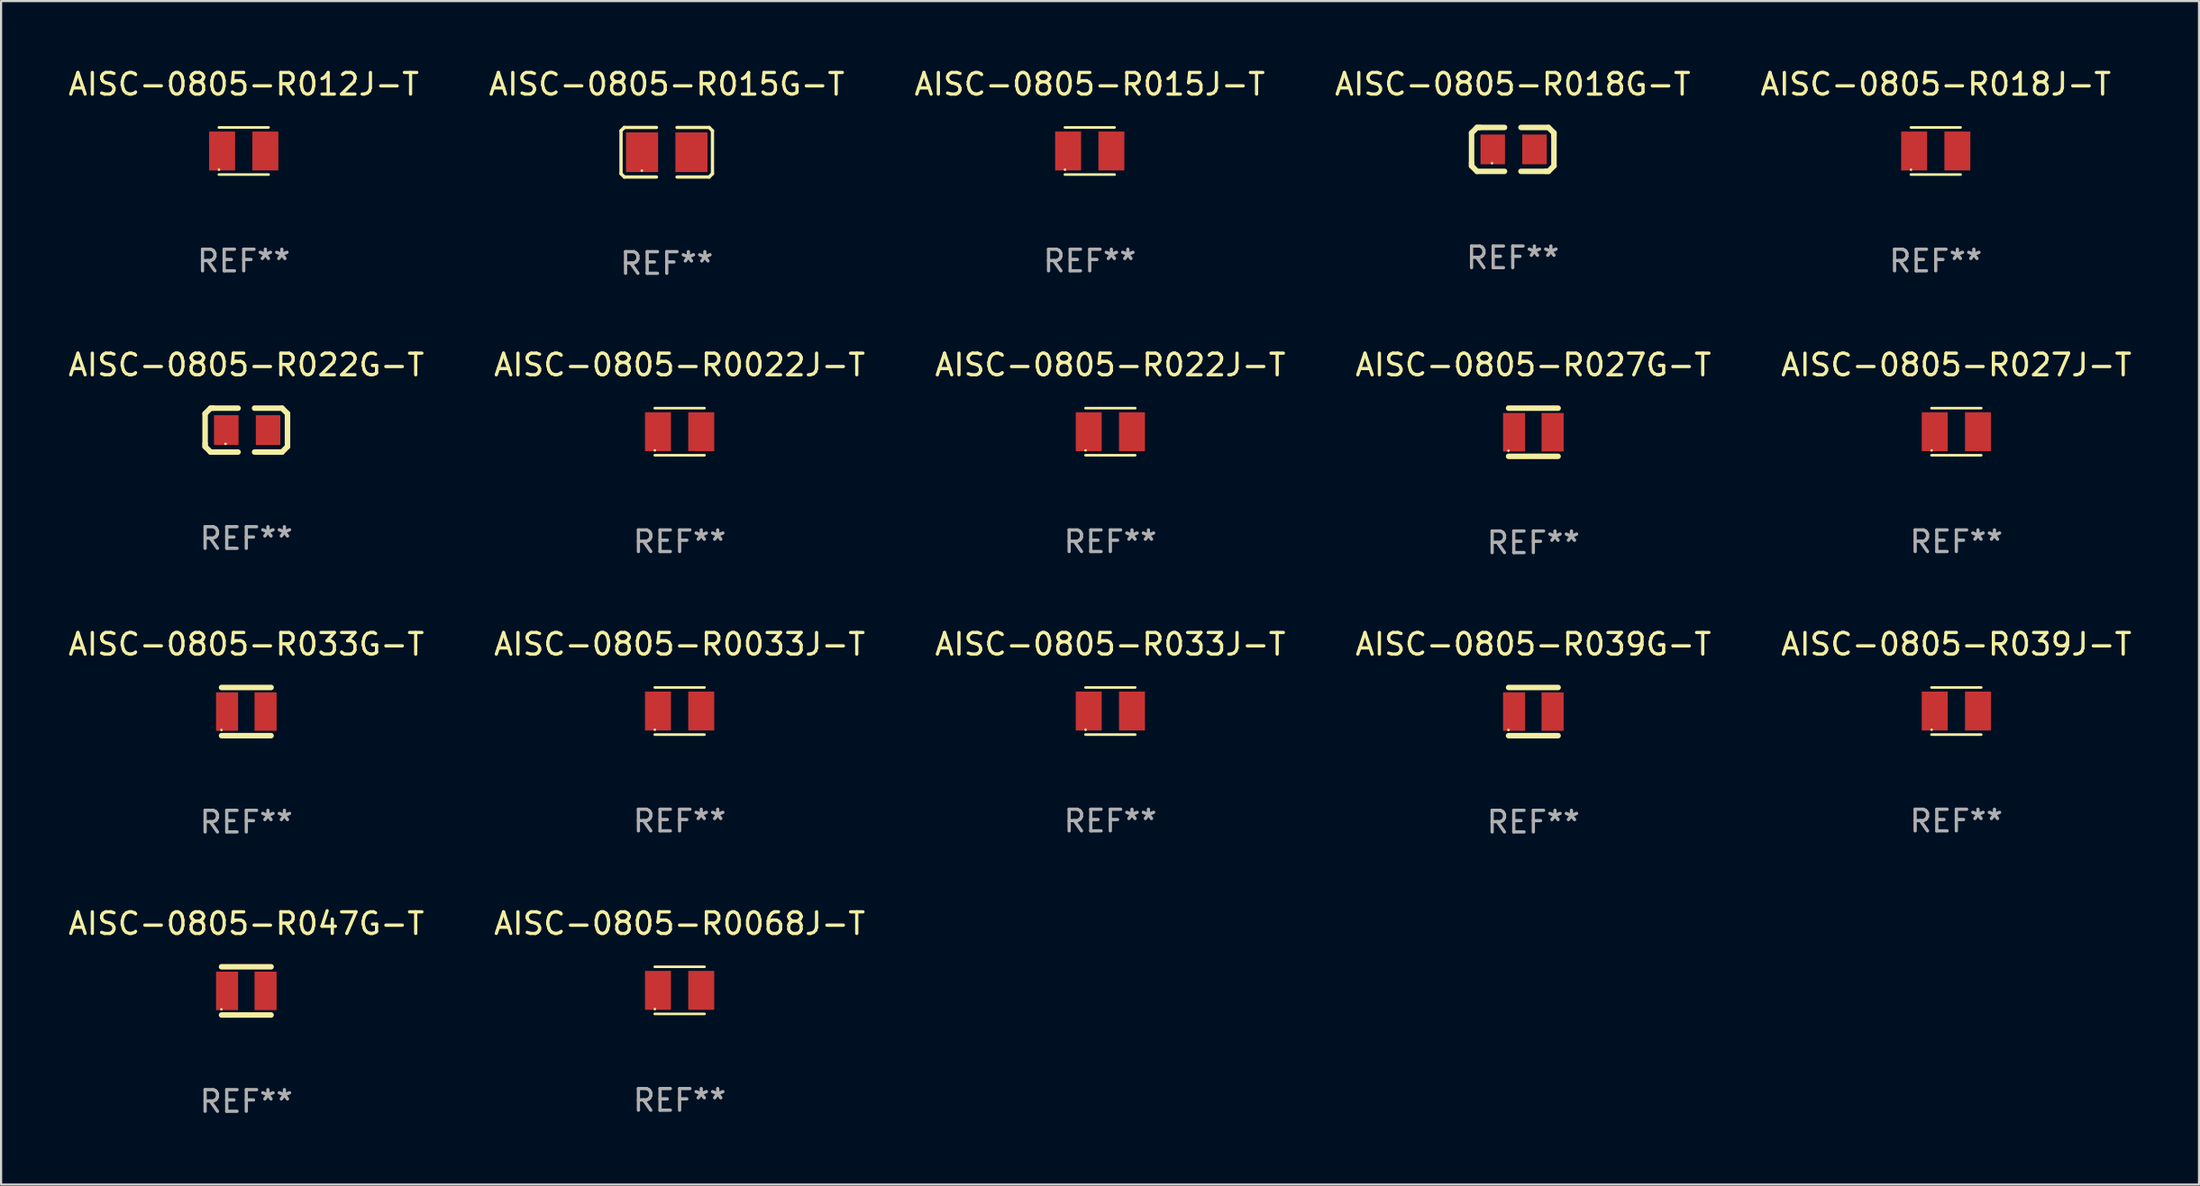
<source format=kicad_pcb>
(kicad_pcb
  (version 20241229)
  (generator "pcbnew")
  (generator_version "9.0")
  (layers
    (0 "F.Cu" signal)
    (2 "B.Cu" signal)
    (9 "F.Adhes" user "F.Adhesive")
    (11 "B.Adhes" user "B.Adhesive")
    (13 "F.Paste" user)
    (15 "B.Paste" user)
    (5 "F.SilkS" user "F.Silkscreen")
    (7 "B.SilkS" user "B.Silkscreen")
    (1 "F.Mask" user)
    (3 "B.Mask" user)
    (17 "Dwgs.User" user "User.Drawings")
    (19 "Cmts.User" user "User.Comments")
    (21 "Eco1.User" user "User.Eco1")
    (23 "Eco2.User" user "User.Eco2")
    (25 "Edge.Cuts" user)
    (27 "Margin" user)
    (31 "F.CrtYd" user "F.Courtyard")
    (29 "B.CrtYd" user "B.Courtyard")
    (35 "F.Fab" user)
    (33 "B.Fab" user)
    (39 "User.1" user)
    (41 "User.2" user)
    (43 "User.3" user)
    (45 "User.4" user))
  (footprint "AISC-0805-R027G-T"
    (layer "F.Cu")
    (at 67.851 16.953)
    (property "Reference" "AISC-0805-R027G-T" (at 0 -3.115 0) (layer "F.SilkS") (effects (font (size 1 1) (thickness 0.15))))
    (attr through_hole)
    (fp_line (start -1.145 -1.115) (end 1.145 -1.115) (stroke (width 0.254) (type solid)) (layer "F.SilkS"))
    (fp_line (start -1.145 1.115) (end 1.145 1.115) (stroke (width 0.254) (type solid)) (layer "F.SilkS"))
    (fp_circle (center -1.15 0.85) (end -1.12 0.85) (stroke (width 0.06) (type solid)) (fill no) (layer "F.SilkS"))
    (fp_text user "REF**" (at 0 5.115 0) (layer "F.Fab") (effects (font (size 1 1) (thickness 0.15))))
    (pad "1" smd rect (at -0.89 0 90) (size 1.78 1.02) (layers "F.Cu" "F.Mask" "F.Paste"))
    (pad "2" smd rect (at 0.89 0 90) (size 1.78 1.02) (layers "F.Cu" "F.Mask" "F.Paste")))
  (footprint "AISC-0805-R047G-T"
    (layer "F.Cu")
    (at 8.339 42.806)
    (property "Reference" "AISC-0805-R047G-T" (at 0 -3.115 0) (layer "F.SilkS") (effects (font (size 1 1) (thickness 0.15))))
    (attr through_hole)
    (fp_line (start -1.145 -1.115) (end 1.145 -1.115) (stroke (width 0.254) (type solid)) (layer "F.SilkS"))
    (fp_line (start -1.145 1.115) (end 1.145 1.115) (stroke (width 0.254) (type solid)) (layer "F.SilkS"))
    (fp_circle (center -1.15 0.85) (end -1.12 0.85) (stroke (width 0.06) (type solid)) (fill no) (layer "F.SilkS"))
    (fp_text user "REF**" (at 0 5.115 0) (layer "F.Fab") (effects (font (size 1 1) (thickness 0.15))))
    (pad "1" smd rect (at -0.89 0 90) (size 1.78 1.02) (layers "F.Cu" "F.Mask" "F.Paste"))
    (pad "2" smd rect (at 0.89 0 90) (size 1.78 1.02) (layers "F.Cu" "F.Mask" "F.Paste")))
  (footprint "AISC-0805-R022G-T"
    (layer "F.Cu")
    (at 8.339 16.854)
    (property "Reference" "AISC-0805-R022G-T" (at 0 -3.016 0) (layer "F.SilkS") (effects (font (size 1 1) (thickness 0.15))))
    (attr through_hole)
    (fp_line (start -1.905 -0.762) (end -1.905 0.635) (stroke (width 0.254) (type solid)) (layer "F.SilkS"))
    (fp_line (start -1.905 0.635) (end -1.905 0.762) (stroke (width 0.254) (type solid)) (layer "F.SilkS"))
    (fp_line (start -1.905 0.762) (end -1.651 1.016) (stroke (width 0.254) (type solid)) (layer "F.SilkS"))
    (fp_line (start -1.651 -1.016) (end -1.905 -0.762) (stroke (width 0.254) (type solid)) (layer "F.SilkS"))
    (fp_line (start -1.651 1.016) (end -0.381 1.016) (stroke (width 0.254) (type solid)) (layer "F.SilkS"))
    (fp_line (start -1.524 -1.016) (end -1.651 -1.016) (stroke (width 0.254) (type solid)) (layer "F.SilkS"))
    (fp_line (start -0.381 -1.016) (end -1.524 -1.016) (stroke (width 0.254) (type solid)) (layer "F.SilkS"))
    (fp_line (start 0.381 1.016) (end 1.524 1.016) (stroke (width 0.254) (type solid)) (layer "F.SilkS"))
    (fp_line (start 1.524 1.016) (end 1.651 1.016) (stroke (width 0.254) (type solid)) (layer "F.SilkS"))
    (fp_line (start 1.651 -1.016) (end 0.381 -1.016) (stroke (width 0.254) (type solid)) (layer "F.SilkS"))
    (fp_line (start 1.651 1.016) (end 1.905 0.762) (stroke (width 0.254) (type solid)) (layer "F.SilkS"))
    (fp_line (start 1.905 -0.762) (end 1.651 -1.016) (stroke (width 0.254) (type solid)) (layer "F.SilkS"))
    (fp_line (start 1.905 -0.635) (end 1.905 -0.762) (stroke (width 0.254) (type solid)) (layer "F.SilkS"))
    (fp_line (start 1.905 0.762) (end 1.905 -0.635) (stroke (width 0.254) (type solid)) (layer "F.SilkS"))
    (fp_circle (center -0.96 0.637) (end -0.93 0.637) (stroke (width 0.06) (type solid)) (fill no) (layer "F.SilkS"))
    (fp_text user "REF**" (at 0 5.016 0) (layer "F.Fab") (effects (font (size 1 1) (thickness 0.15))))
    (pad "1" smd rect (at -0.926 -0.000051) (size 1.133 1.377) (layers "F.Cu" "F.Mask" "F.Paste"))
    (pad "2" smd rect (at 1.006 -0.000051) (size 1.133 1.377) (layers "F.Cu" "F.Mask" "F.Paste")))
  (footprint "AISC-0805-R039J-T"
    (layer "F.Cu")
    (at 87.411 29.855)
    (property "Reference" "AISC-0805-R039J-T" (at 0 -3.09 0) (layer "F.SilkS") (effects (font (size 1 1) (thickness 0.15))))
    (attr through_hole)
    (fp_line (start -1.15 1.09) (end 1.15 1.09) (stroke (width 0.12) (type solid)) (layer "F.SilkS"))
    (fp_line (start 1.15 -1.09) (end -1.15 -1.09) (stroke (width 0.12) (type solid)) (layer "F.SilkS"))
    (fp_circle (center -1.145 0.865) (end -1.115 0.865) (stroke (width 0.06) (type solid)) (fill no) (layer "F.SilkS"))
    (fp_text user "REF**" (at 0 5.09 0) (layer "F.Fab") (effects (font (size 1 1) (thickness 0.15))))
    (pad "1" smd rect (at -1 0 90) (size 1.8 1.2) (layers "F.Cu" "F.Mask" "F.Paste"))
    (pad "2" smd rect (at 1 0 90) (size 1.8 1.2) (layers "F.Cu" "F.Mask" "F.Paste")))
  (footprint "AISC-0805-R015G-T"
    (layer "F.Cu")
    (at 27.78 3.995)
    (property "Reference" "AISC-0805-R015G-T" (at 0 -3.147 0) (layer "F.SilkS") (effects (font (size 1 1) (thickness 0.15))))
    (attr through_hole)
    (fp_line (start -2.114 -0.994) (end -2.114 0.994) (stroke (width 0.152) (type solid)) (layer "F.SilkS"))
    (fp_line (start -2.114 0.994) (end -1.961 1.147) (stroke (width 0.152) (type solid)) (layer "F.SilkS"))
    (fp_line (start -1.961 -1.147) (end -2.114 -0.994) (stroke (width 0.152) (type solid)) (layer "F.SilkS"))
    (fp_line (start -1.961 1.147) (end -0.476 1.147) (stroke (width 0.152) (type solid)) (layer "F.SilkS"))
    (fp_line (start -0.476 -1.147) (end -1.961 -1.147) (stroke (width 0.152) (type solid)) (layer "F.SilkS"))
    (fp_line (start 0.476 -1.147) (end 1.961 -1.147) (stroke (width 0.152) (type solid)) (layer "F.SilkS"))
    (fp_line (start 1.961 -1.147) (end 2.114 -0.994) (stroke (width 0.152) (type solid)) (layer "F.SilkS"))
    (fp_line (start 1.961 1.147) (end 0.476 1.147) (stroke (width 0.152) (type solid)) (layer "F.SilkS"))
    (fp_line (start 2.114 -0.994) (end 2.114 0.994) (stroke (width 0.152) (type solid)) (layer "F.SilkS"))
    (fp_line (start 2.114 0.994) (end 1.961 1.147) (stroke (width 0.152) (type solid)) (layer "F.SilkS"))
    (fp_circle (center -1.15 0.85) (end -1.12 0.85) (stroke (width 0.06) (type solid)) (fill no) (layer "F.SilkS"))
    (fp_text user "REF**" (at 0 5.147 0) (layer "F.Fab") (effects (font (size 1 1) (thickness 0.15))))
    (pad "1" smd rect (at -1.142 0) (size 1.485 1.836) (layers "F.Cu" "F.Mask" "F.Paste"))
    (pad "2" smd rect (at 1.142 0) (size 1.485 1.836) (layers "F.Cu" "F.Mask" "F.Paste")))
  (footprint "AISC-0805-R033J-T"
    (layer "F.Cu")
    (at 48.292 29.855)
    (property "Reference" "AISC-0805-R033J-T" (at 0 -3.09 0) (layer "F.SilkS") (effects (font (size 1 1) (thickness 0.15))))
    (attr through_hole)
    (fp_line (start -1.15 1.09) (end 1.15 1.09) (stroke (width 0.12) (type solid)) (layer "F.SilkS"))
    (fp_line (start 1.15 -1.09) (end -1.15 -1.09) (stroke (width 0.12) (type solid)) (layer "F.SilkS"))
    (fp_circle (center -1.145 0.865) (end -1.115 0.865) (stroke (width 0.06) (type solid)) (fill no) (layer "F.SilkS"))
    (fp_text user "REF**" (at 0 5.09 0) (layer "F.Fab") (effects (font (size 1 1) (thickness 0.15))))
    (pad "1" smd rect (at -1 0 90) (size 1.8 1.2) (layers "F.Cu" "F.Mask" "F.Paste"))
    (pad "2" smd rect (at 1 0 90) (size 1.8 1.2) (layers "F.Cu" "F.Mask" "F.Paste")))
  (footprint "AISC-0805-R015J-T"
    (layer "F.Cu")
    (at 47.339 3.938)
    (property "Reference" "AISC-0805-R015J-T" (at 0 -3.09 0) (layer "F.SilkS") (effects (font (size 1 1) (thickness 0.15))))
    (attr through_hole)
    (fp_line (start -1.15 1.09) (end 1.15 1.09) (stroke (width 0.12) (type solid)) (layer "F.SilkS"))
    (fp_line (start 1.15 -1.09) (end -1.15 -1.09) (stroke (width 0.12) (type solid)) (layer "F.SilkS"))
    (fp_circle (center -1.145 0.865) (end -1.115 0.865) (stroke (width 0.06) (type solid)) (fill no) (layer "F.SilkS"))
    (fp_text user "REF**" (at 0 5.09 0) (layer "F.Fab") (effects (font (size 1 1) (thickness 0.15))))
    (pad "1" smd rect (at -1 0 90) (size 1.8 1.2) (layers "F.Cu" "F.Mask" "F.Paste"))
    (pad "2" smd rect (at 1 0 90) (size 1.8 1.2) (layers "F.Cu" "F.Mask" "F.Paste")))
  (footprint "AISC-0805-R033G-T"
    (layer "F.Cu")
    (at 8.339 29.88)
    (property "Reference" "AISC-0805-R033G-T" (at 0 -3.115 0) (layer "F.SilkS") (effects (font (size 1 1) (thickness 0.15))))
    (attr through_hole)
    (fp_line (start -1.145 -1.115) (end 1.145 -1.115) (stroke (width 0.254) (type solid)) (layer "F.SilkS"))
    (fp_line (start -1.145 1.115) (end 1.145 1.115) (stroke (width 0.254) (type solid)) (layer "F.SilkS"))
    (fp_circle (center -1.15 0.85) (end -1.12 0.85) (stroke (width 0.06) (type solid)) (fill no) (layer "F.SilkS"))
    (fp_text user "REF**" (at 0 5.115 0) (layer "F.Fab") (effects (font (size 1 1) (thickness 0.15))))
    (pad "1" smd rect (at -0.89 0 90) (size 1.78 1.02) (layers "F.Cu" "F.Mask" "F.Paste"))
    (pad "2" smd rect (at 0.89 0 90) (size 1.78 1.02) (layers "F.Cu" "F.Mask" "F.Paste")))
  (footprint "AISC-0805-R039G-T"
    (layer "F.Cu")
    (at 67.851 29.88)
    (property "Reference" "AISC-0805-R039G-T" (at 0 -3.115 0) (layer "F.SilkS") (effects (font (size 1 1) (thickness 0.15))))
    (attr through_hole)
    (fp_line (start -1.145 -1.115) (end 1.145 -1.115) (stroke (width 0.254) (type solid)) (layer "F.SilkS"))
    (fp_line (start -1.145 1.115) (end 1.145 1.115) (stroke (width 0.254) (type solid)) (layer "F.SilkS"))
    (fp_circle (center -1.15 0.85) (end -1.12 0.85) (stroke (width 0.06) (type solid)) (fill no) (layer "F.SilkS"))
    (fp_text user "REF**" (at 0 5.115 0) (layer "F.Fab") (effects (font (size 1 1) (thickness 0.15))))
    (pad "1" smd rect (at -0.89 0 90) (size 1.78 1.02) (layers "F.Cu" "F.Mask" "F.Paste"))
    (pad "2" smd rect (at 0.89 0 90) (size 1.78 1.02) (layers "F.Cu" "F.Mask" "F.Paste")))
  (footprint "AISC-0805-R018G-T"
    (layer "F.Cu")
    (at 66.899 3.864)
    (property "Reference" "AISC-0805-R018G-T" (at 0 -3.016 0) (layer "F.SilkS") (effects (font (size 1 1) (thickness 0.15))))
    (attr through_hole)
    (fp_line (start -1.905 -0.762) (end -1.905 0.635) (stroke (width 0.254) (type solid)) (layer "F.SilkS"))
    (fp_line (start -1.905 0.635) (end -1.905 0.762) (stroke (width 0.254) (type solid)) (layer "F.SilkS"))
    (fp_line (start -1.905 0.762) (end -1.651 1.016) (stroke (width 0.254) (type solid)) (layer "F.SilkS"))
    (fp_line (start -1.651 -1.016) (end -1.905 -0.762) (stroke (width 0.254) (type solid)) (layer "F.SilkS"))
    (fp_line (start -1.651 1.016) (end -0.381 1.016) (stroke (width 0.254) (type solid)) (layer "F.SilkS"))
    (fp_line (start -1.524 -1.016) (end -1.651 -1.016) (stroke (width 0.254) (type solid)) (layer "F.SilkS"))
    (fp_line (start -0.381 -1.016) (end -1.524 -1.016) (stroke (width 0.254) (type solid)) (layer "F.SilkS"))
    (fp_line (start 0.381 1.016) (end 1.524 1.016) (stroke (width 0.254) (type solid)) (layer "F.SilkS"))
    (fp_line (start 1.524 1.016) (end 1.651 1.016) (stroke (width 0.254) (type solid)) (layer "F.SilkS"))
    (fp_line (start 1.651 -1.016) (end 0.381 -1.016) (stroke (width 0.254) (type solid)) (layer "F.SilkS"))
    (fp_line (start 1.651 1.016) (end 1.905 0.762) (stroke (width 0.254) (type solid)) (layer "F.SilkS"))
    (fp_line (start 1.905 -0.762) (end 1.651 -1.016) (stroke (width 0.254) (type solid)) (layer "F.SilkS"))
    (fp_line (start 1.905 -0.635) (end 1.905 -0.762) (stroke (width 0.254) (type solid)) (layer "F.SilkS"))
    (fp_line (start 1.905 0.762) (end 1.905 -0.635) (stroke (width 0.254) (type solid)) (layer "F.SilkS"))
    (fp_circle (center -0.96 0.637) (end -0.93 0.637) (stroke (width 0.06) (type solid)) (fill no) (layer "F.SilkS"))
    (fp_text user "REF**" (at 0 5.016 0) (layer "F.Fab") (effects (font (size 1 1) (thickness 0.15))))
    (pad "1" smd rect (at -0.926 -0.000051) (size 1.133 1.377) (layers "F.Cu" "F.Mask" "F.Paste"))
    (pad "2" smd rect (at 1.006 -0.000051) (size 1.133 1.377) (layers "F.Cu" "F.Mask" "F.Paste")))
  (footprint "AISC-0805-R0033J-T"
    (layer "F.Cu")
    (at 28.375 29.855)
    (property "Reference" "AISC-0805-R0033J-T" (at 0 -3.09 0) (layer "F.SilkS") (effects (font (size 1 1) (thickness 0.15))))
    (attr through_hole)
    (fp_line (start -1.15 1.09) (end 1.15 1.09) (stroke (width 0.12) (type solid)) (layer "F.SilkS"))
    (fp_line (start 1.15 -1.09) (end -1.15 -1.09) (stroke (width 0.12) (type solid)) (layer "F.SilkS"))
    (fp_circle (center -1.145 0.865) (end -1.115 0.865) (stroke (width 0.06) (type solid)) (fill no) (layer "F.SilkS"))
    (fp_text user "REF**" (at 0 5.09 0) (layer "F.Fab") (effects (font (size 1 1) (thickness 0.15))))
    (pad "1" smd rect (at -1 0 90) (size 1.8 1.2) (layers "F.Cu" "F.Mask" "F.Paste"))
    (pad "2" smd rect (at 1 0 90) (size 1.8 1.2) (layers "F.Cu" "F.Mask" "F.Paste")))
  (footprint "AISC-0805-R0068J-T"
    (layer "F.Cu")
    (at 28.375 42.781)
    (property "Reference" "AISC-0805-R0068J-T" (at 0 -3.09 0) (layer "F.SilkS") (effects (font (size 1 1) (thickness 0.15))))
    (attr through_hole)
    (fp_line (start -1.15 1.09) (end 1.15 1.09) (stroke (width 0.12) (type solid)) (layer "F.SilkS"))
    (fp_line (start 1.15 -1.09) (end -1.15 -1.09) (stroke (width 0.12) (type solid)) (layer "F.SilkS"))
    (fp_circle (center -1.145 0.865) (end -1.115 0.865) (stroke (width 0.06) (type solid)) (fill no) (layer "F.SilkS"))
    (fp_text user "REF**" (at 0 5.09 0) (layer "F.Fab") (effects (font (size 1 1) (thickness 0.15))))
    (pad "1" smd rect (at -1 0 90) (size 1.8 1.2) (layers "F.Cu" "F.Mask" "F.Paste"))
    (pad "2" smd rect (at 1 0 90) (size 1.8 1.2) (layers "F.Cu" "F.Mask" "F.Paste")))
  (footprint "AISC-0805-R018J-T"
    (layer "F.Cu")
    (at 86.458 3.938)
    (property "Reference" "AISC-0805-R018J-T" (at 0 -3.09 0) (layer "F.SilkS") (effects (font (size 1 1) (thickness 0.15))))
    (attr through_hole)
    (fp_line (start -1.15 1.09) (end 1.15 1.09) (stroke (width 0.12) (type solid)) (layer "F.SilkS"))
    (fp_line (start 1.15 -1.09) (end -1.15 -1.09) (stroke (width 0.12) (type solid)) (layer "F.SilkS"))
    (fp_circle (center -1.145 0.865) (end -1.115 0.865) (stroke (width 0.06) (type solid)) (fill no) (layer "F.SilkS"))
    (fp_text user "REF**" (at 0 5.09 0) (layer "F.Fab") (effects (font (size 1 1) (thickness 0.15))))
    (pad "1" smd rect (at -1 0 90) (size 1.8 1.2) (layers "F.Cu" "F.Mask" "F.Paste"))
    (pad "2" smd rect (at 1 0 90) (size 1.8 1.2) (layers "F.Cu" "F.Mask" "F.Paste")))
  (footprint "AISC-0805-R012J-T"
    (layer "F.Cu")
    (at 8.22 3.938)
    (property "Reference" "AISC-0805-R012J-T" (at 0 -3.09 0) (layer "F.SilkS") (effects (font (size 1 1) (thickness 0.15))))
    (attr through_hole)
    (fp_line (start -1.15 1.09) (end 1.15 1.09) (stroke (width 0.12) (type solid)) (layer "F.SilkS"))
    (fp_line (start 1.15 -1.09) (end -1.15 -1.09) (stroke (width 0.12) (type solid)) (layer "F.SilkS"))
    (fp_circle (center -1.145 0.865) (end -1.115 0.865) (stroke (width 0.06) (type solid)) (fill no) (layer "F.SilkS"))
    (fp_text user "REF**" (at 0 5.09 0) (layer "F.Fab") (effects (font (size 1 1) (thickness 0.15))))
    (pad "1" smd rect (at -1 0 90) (size 1.8 1.2) (layers "F.Cu" "F.Mask" "F.Paste"))
    (pad "2" smd rect (at 1 0 90) (size 1.8 1.2) (layers "F.Cu" "F.Mask" "F.Paste")))
  (footprint "AISC-0805-R0022J-T"
    (layer "F.Cu")
    (at 28.375 16.928)
    (property "Reference" "AISC-0805-R0022J-T" (at 0 -3.09 0) (layer "F.SilkS") (effects (font (size 1 1) (thickness 0.15))))
    (attr through_hole)
    (fp_line (start -1.15 1.09) (end 1.15 1.09) (stroke (width 0.12) (type solid)) (layer "F.SilkS"))
    (fp_line (start 1.15 -1.09) (end -1.15 -1.09) (stroke (width 0.12) (type solid)) (layer "F.SilkS"))
    (fp_circle (center -1.145 0.865) (end -1.115 0.865) (stroke (width 0.06) (type solid)) (fill no) (layer "F.SilkS"))
    (fp_text user "REF**" (at 0 5.09 0) (layer "F.Fab") (effects (font (size 1 1) (thickness 0.15))))
    (pad "1" smd rect (at -1 0 90) (size 1.8 1.2) (layers "F.Cu" "F.Mask" "F.Paste"))
    (pad "2" smd rect (at 1 0 90) (size 1.8 1.2) (layers "F.Cu" "F.Mask" "F.Paste")))
  (footprint "AISC-0805-R027J-T"
    (layer "F.Cu")
    (at 87.411 16.928)
    (property "Reference" "AISC-0805-R027J-T" (at 0 -3.09 0) (layer "F.SilkS") (effects (font (size 1 1) (thickness 0.15))))
    (attr through_hole)
    (fp_line (start -1.15 1.09) (end 1.15 1.09) (stroke (width 0.12) (type solid)) (layer "F.SilkS"))
    (fp_line (start 1.15 -1.09) (end -1.15 -1.09) (stroke (width 0.12) (type solid)) (layer "F.SilkS"))
    (fp_circle (center -1.145 0.865) (end -1.115 0.865) (stroke (width 0.06) (type solid)) (fill no) (layer "F.SilkS"))
    (fp_text user "REF**" (at 0 5.09 0) (layer "F.Fab") (effects (font (size 1 1) (thickness 0.15))))
    (pad "1" smd rect (at -1 0 90) (size 1.8 1.2) (layers "F.Cu" "F.Mask" "F.Paste"))
    (pad "2" smd rect (at 1 0 90) (size 1.8 1.2) (layers "F.Cu" "F.Mask" "F.Paste")))
  (footprint "AISC-0805-R022J-T"
    (layer "F.Cu")
    (at 48.292 16.928)
    (property "Reference" "AISC-0805-R022J-T" (at 0 -3.09 0) (layer "F.SilkS") (effects (font (size 1 1) (thickness 0.15))))
    (attr through_hole)
    (fp_line (start -1.15 1.09) (end 1.15 1.09) (stroke (width 0.12) (type solid)) (layer "F.SilkS"))
    (fp_line (start 1.15 -1.09) (end -1.15 -1.09) (stroke (width 0.12) (type solid)) (layer "F.SilkS"))
    (fp_circle (center -1.145 0.865) (end -1.115 0.865) (stroke (width 0.06) (type solid)) (fill no) (layer "F.SilkS"))
    (fp_text user "REF**" (at 0 5.09 0) (layer "F.Fab") (effects (font (size 1 1) (thickness 0.15))))
    (pad "1" smd rect (at -1 0 90) (size 1.8 1.2) (layers "F.Cu" "F.Mask" "F.Paste"))
    (pad "2" smd rect (at 1 0 90) (size 1.8 1.2) (layers "F.Cu" "F.Mask" "F.Paste")))
  (gr_rect
    (start -3 -3)
    (end 98.631 51.769)
    (stroke (width 0.1) (type default))
    (fill no)
    (layer "Edge.Cuts")))
</source>
